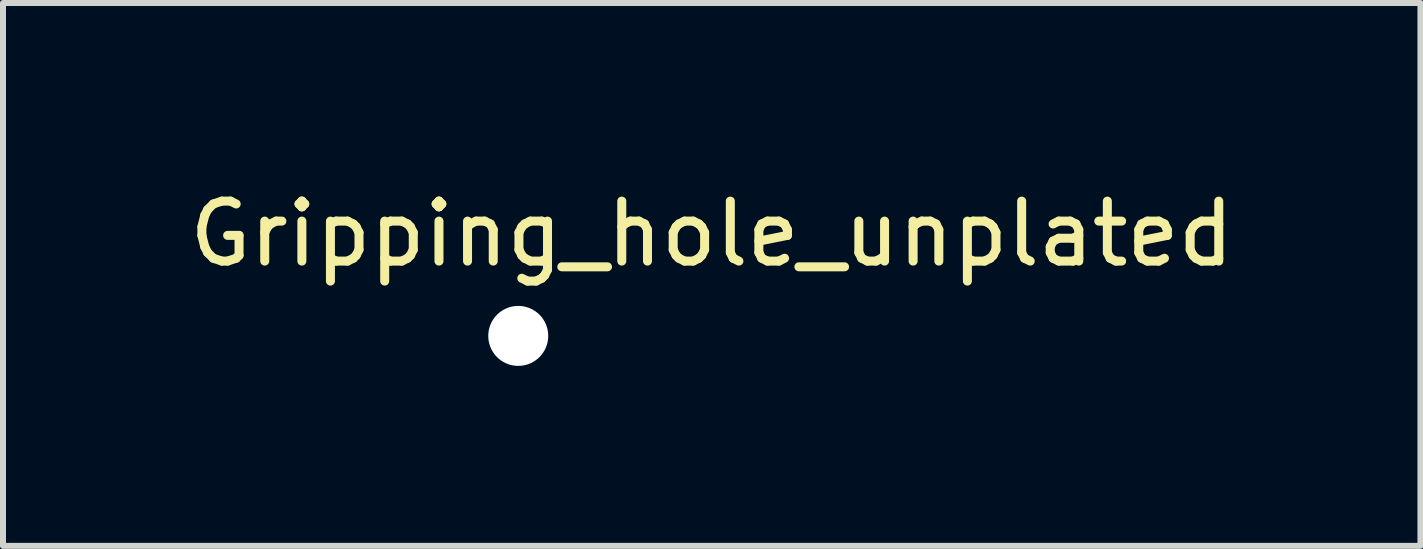
<source format=kicad_pcb>
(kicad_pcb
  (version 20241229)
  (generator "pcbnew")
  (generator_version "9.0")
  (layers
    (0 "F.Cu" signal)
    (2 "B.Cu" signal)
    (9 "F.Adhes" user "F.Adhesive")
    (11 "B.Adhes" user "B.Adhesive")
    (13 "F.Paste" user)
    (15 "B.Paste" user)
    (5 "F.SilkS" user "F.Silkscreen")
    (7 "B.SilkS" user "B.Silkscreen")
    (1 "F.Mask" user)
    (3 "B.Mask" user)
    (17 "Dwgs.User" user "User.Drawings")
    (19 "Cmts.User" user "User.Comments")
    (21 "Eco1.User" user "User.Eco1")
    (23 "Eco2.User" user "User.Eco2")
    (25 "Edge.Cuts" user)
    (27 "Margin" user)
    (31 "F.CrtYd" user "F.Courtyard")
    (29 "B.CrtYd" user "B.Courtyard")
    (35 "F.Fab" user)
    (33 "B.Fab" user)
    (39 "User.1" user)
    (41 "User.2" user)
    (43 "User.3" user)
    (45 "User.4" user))
  (footprint "Gripping_hole_unplated"
    (layer "F.Cu")
    (at 5.59 2.55)
    (property "Reference" "Gripping_hole_unplated" (at 3.226 -1.702 0) (layer "F.SilkS") (effects (font (size 1 1) (thickness 0.15))))
    (attr exclude_from_pos_files exclude_from_bom)
    (pad "" np_thru_hole circle (at 0 0) (size 1 1) (drill 1) (layers "*.Cu" "*.Mask")))
  (gr_rect
    (start -3 -3)
    (end 20.631 6.05)
    (stroke (width 0.1) (type default))
    (fill no)
    (layer "Edge.Cuts")))
</source>
